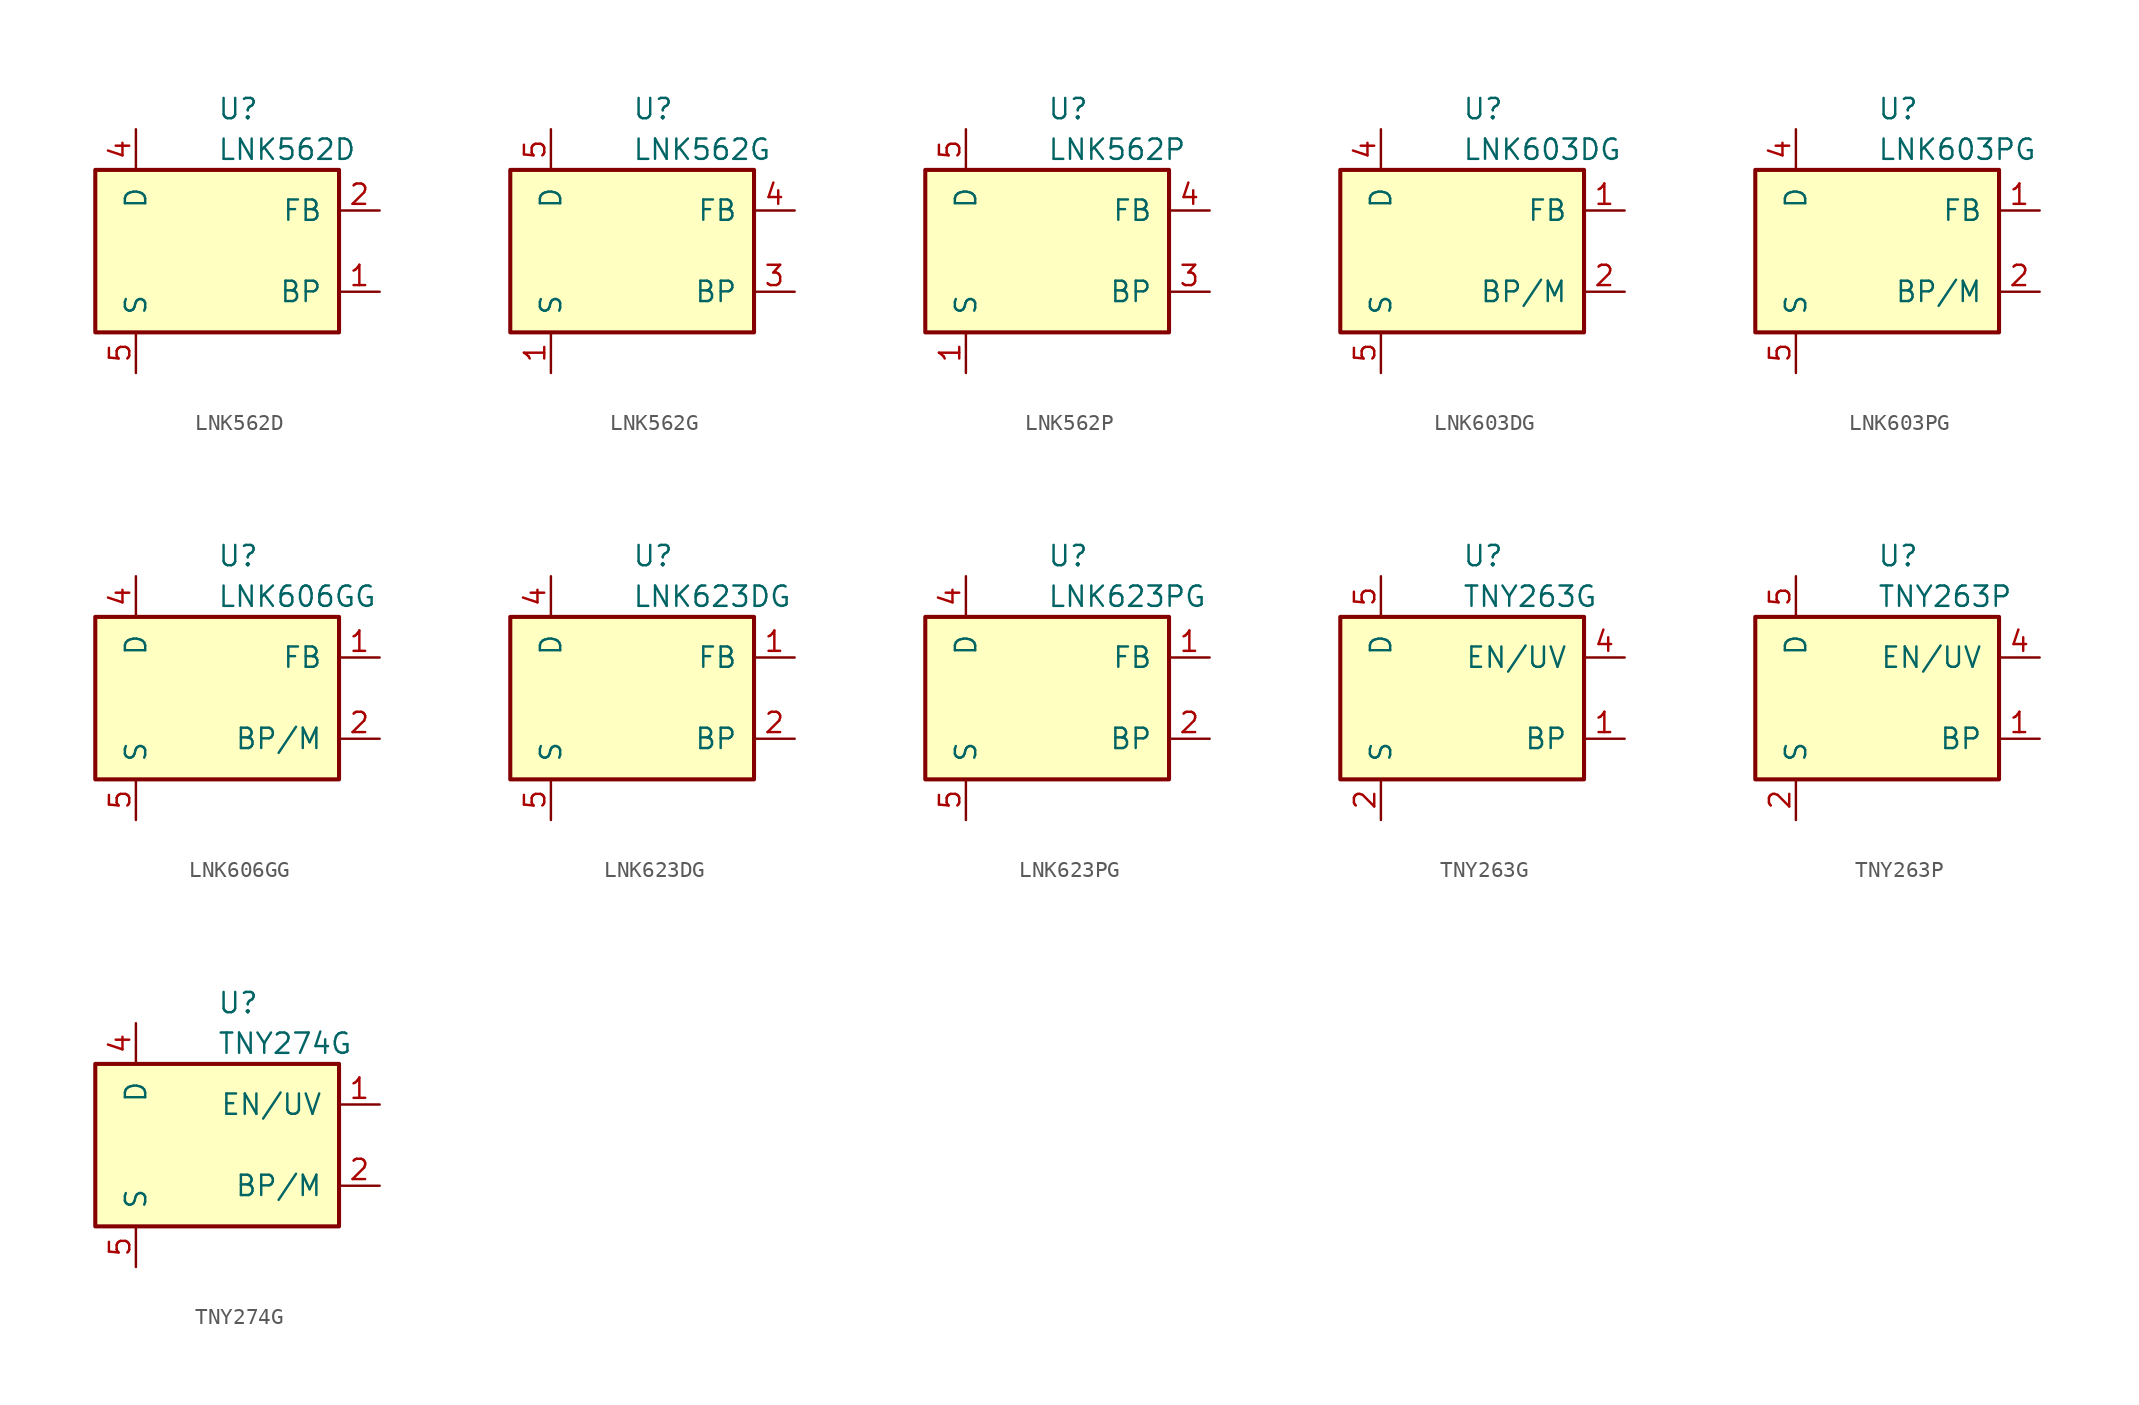
<source format=kicad_sym>
(kicad_symbol_lib
  (version 20211014)
  (generator kicad_symbol_editor)
  (symbol "LNK562D"
    (pin_names
      (offset 1.016))
    (property "Reference" "U"
      (at 0 8.89 0)
      (effects (font (size 1.27 1.27)) (justify left)))
    (property "Value" "LNK562D"
      (at 0 6.35 0)
      (effects (font (size 1.27 1.27)) (justify left)))
    (symbol "LNK562D_0_1"
      (rectangle (start -7.62 5.08) (end 7.62 -5.08) (stroke (width 0.254) (type default) (color 0 0 0 0)) (fill (type background))))
    (symbol "LNK562D_1_1"
      (pin input line (at 10.16 -2.54 180) (length 2.54) (name "BP" (effects (font (size 1.27 1.27)))) (number "1" (effects (font (size 1.27 1.27)))))
      (pin input line (at 10.16 2.54 180) (length 2.54) (name "FB" (effects (font (size 1.27 1.27)))) (number "2" (effects (font (size 1.27 1.27)))))
      (pin open_collector line (at -5.08 7.62 270) (length 2.54) (name "D" (effects (font (size 1.27 1.27)))) (number "4" (effects (font (size 1.27 1.27)))))
      (pin open_emitter line (at -5.08 -7.62 90) (length 2.54) (name "S" (effects (font (size 1.27 1.27)))) (number "5" (effects (font (size 1.27 1.27)))))
      (pin open_emitter line (at -5.08 -7.62 90) (length 2.54) hide (name "S" (effects (font (size 1.27 1.27)))) (number "6" (effects (font (size 1.27 1.27)))))
      (pin open_emitter line (at -5.08 -7.62 90) (length 2.54) hide (name "S" (effects (font (size 1.27 1.27)))) (number "7" (effects (font (size 1.27 1.27)))))
      (pin open_emitter line (at -5.08 -7.62 90) (length 2.54) hide (name "S" (effects (font (size 1.27 1.27)))) (number "8" (effects (font (size 1.27 1.27)))))))
  (symbol "LNK562G"
    (pin_names
      (offset 1.016))
    (property "Reference" "U"
      (at 0 8.89 0)
      (effects (font (size 1.27 1.27)) (justify left)))
    (property "Value" "LNK562G"
      (at 0 6.35 0)
      (effects (font (size 1.27 1.27)) (justify left)))
    (symbol "LNK562G_0_1"
      (rectangle (start -7.62 5.08) (end 7.62 -5.08) (stroke (width 0.254) (type default) (color 0 0 0 0)) (fill (type background))))
    (symbol "LNK562G_1_1"
      (pin open_emitter line (at -5.08 -7.62 90) (length 2.54) (name "S" (effects (font (size 1.27 1.27)))) (number "1" (effects (font (size 1.27 1.27)))))
      (pin open_emitter line (at -5.08 -7.62 90) (length 2.54) hide (name "S" (effects (font (size 1.27 1.27)))) (number "2" (effects (font (size 1.27 1.27)))))
      (pin input line (at 10.16 -2.54 180) (length 2.54) (name "BP" (effects (font (size 1.27 1.27)))) (number "3" (effects (font (size 1.27 1.27)))))
      (pin input line (at 10.16 2.54 180) (length 2.54) (name "FB" (effects (font (size 1.27 1.27)))) (number "4" (effects (font (size 1.27 1.27)))))
      (pin open_collector line (at -5.08 7.62 270) (length 2.54) (name "D" (effects (font (size 1.27 1.27)))) (number "5" (effects (font (size 1.27 1.27)))))
      (pin open_emitter line (at -5.08 -7.62 90) (length 2.54) hide (name "S" (effects (font (size 1.27 1.27)))) (number "7" (effects (font (size 1.27 1.27)))))
      (pin open_emitter line (at -5.08 -7.62 90) (length 2.54) hide (name "S" (effects (font (size 1.27 1.27)))) (number "8" (effects (font (size 1.27 1.27)))))))
  (symbol "LNK562P"
    (pin_names
      (offset 1.016))
    (property "Reference" "U"
      (at 0 8.89 0)
      (effects (font (size 1.27 1.27)) (justify left)))
    (property "Value" "LNK562P"
      (at 0 6.35 0)
      (effects (font (size 1.27 1.27)) (justify left)))
    (symbol "LNK562P_0_1"
      (rectangle (start -7.62 5.08) (end 7.62 -5.08) (stroke (width 0.254) (type default) (color 0 0 0 0)) (fill (type background))))
    (symbol "LNK562P_1_1"
      (pin open_emitter line (at -5.08 -7.62 90) (length 2.54) (name "S" (effects (font (size 1.27 1.27)))) (number "1" (effects (font (size 1.27 1.27)))))
      (pin open_emitter line (at -5.08 -7.62 90) (length 2.54) hide (name "S" (effects (font (size 1.27 1.27)))) (number "2" (effects (font (size 1.27 1.27)))))
      (pin input line (at 10.16 -2.54 180) (length 2.54) (name "BP" (effects (font (size 1.27 1.27)))) (number "3" (effects (font (size 1.27 1.27)))))
      (pin input line (at 10.16 2.54 180) (length 2.54) (name "FB" (effects (font (size 1.27 1.27)))) (number "4" (effects (font (size 1.27 1.27)))))
      (pin open_collector line (at -5.08 7.62 270) (length 2.54) (name "D" (effects (font (size 1.27 1.27)))) (number "5" (effects (font (size 1.27 1.27)))))
      (pin open_emitter line (at -5.08 -7.62 90) (length 2.54) hide (name "S" (effects (font (size 1.27 1.27)))) (number "7" (effects (font (size 1.27 1.27)))))
      (pin open_emitter line (at -5.08 -7.62 90) (length 2.54) hide (name "S" (effects (font (size 1.27 1.27)))) (number "8" (effects (font (size 1.27 1.27)))))))
  (symbol "LNK603DG"
    (pin_names
      (offset 1.016))
    (property "Reference" "U"
      (at 0 8.89 0)
      (effects (font (size 1.27 1.27)) (justify left)))
    (property "Value" "LNK603DG"
      (at 0 6.35 0)
      (effects (font (size 1.27 1.27)) (justify left)))
    (symbol "LNK603DG_0_1"
      (rectangle (start -7.62 5.08) (end 7.62 -5.08) (stroke (width 0.254) (type default) (color 0 0 0 0)) (fill (type background))))
    (symbol "LNK603DG_1_1"
      (pin input line (at 10.16 2.54 180) (length 2.54) (name "FB" (effects (font (size 1.27 1.27)))) (number "1" (effects (font (size 1.27 1.27)))))
      (pin input line (at 10.16 -2.54 180) (length 2.54) (name "BP/M" (effects (font (size 1.27 1.27)))) (number "2" (effects (font (size 1.27 1.27)))))
      (pin open_collector line (at -5.08 7.62 270) (length 2.54) (name "D" (effects (font (size 1.27 1.27)))) (number "4" (effects (font (size 1.27 1.27)))))
      (pin open_emitter line (at -5.08 -7.62 90) (length 2.54) (name "S" (effects (font (size 1.27 1.27)))) (number "5" (effects (font (size 1.27 1.27)))))
      (pin open_emitter line (at -5.08 -7.62 90) (length 2.54) hide (name "S" (effects (font (size 1.27 1.27)))) (number "6" (effects (font (size 1.27 1.27)))))
      (pin open_emitter line (at -5.08 -7.62 90) (length 2.54) hide (name "S" (effects (font (size 1.27 1.27)))) (number "7" (effects (font (size 1.27 1.27)))))
      (pin open_emitter line (at -5.08 -7.62 90) (length 2.54) hide (name "S" (effects (font (size 1.27 1.27)))) (number "8" (effects (font (size 1.27 1.27)))))))
  (symbol "LNK603PG"
    (pin_names
      (offset 1.016))
    (property "Reference" "U"
      (at 0 8.89 0)
      (effects (font (size 1.27 1.27)) (justify left)))
    (property "Value" "LNK603PG"
      (at 0 6.35 0)
      (effects (font (size 1.27 1.27)) (justify left)))
    (symbol "LNK603PG_0_1"
      (rectangle (start -7.62 5.08) (end 7.62 -5.08) (stroke (width 0.254) (type default) (color 0 0 0 0)) (fill (type background))))
    (symbol "LNK603PG_1_1"
      (pin input line (at 10.16 2.54 180) (length 2.54) (name "FB" (effects (font (size 1.27 1.27)))) (number "1" (effects (font (size 1.27 1.27)))))
      (pin input line (at 10.16 -2.54 180) (length 2.54) (name "BP/M" (effects (font (size 1.27 1.27)))) (number "2" (effects (font (size 1.27 1.27)))))
      (pin open_collector line (at -5.08 7.62 270) (length 2.54) (name "D" (effects (font (size 1.27 1.27)))) (number "4" (effects (font (size 1.27 1.27)))))
      (pin open_emitter line (at -5.08 -7.62 90) (length 2.54) (name "S" (effects (font (size 1.27 1.27)))) (number "5" (effects (font (size 1.27 1.27)))))
      (pin open_emitter line (at -5.08 -7.62 90) (length 2.54) hide (name "S" (effects (font (size 1.27 1.27)))) (number "6" (effects (font (size 1.27 1.27)))))
      (pin open_emitter line (at -5.08 -7.62 90) (length 2.54) hide (name "S" (effects (font (size 1.27 1.27)))) (number "7" (effects (font (size 1.27 1.27)))))
      (pin open_emitter line (at -5.08 -7.62 90) (length 2.54) hide (name "S" (effects (font (size 1.27 1.27)))) (number "8" (effects (font (size 1.27 1.27)))))))
  (symbol "LNK606GG"
    (pin_names
      (offset 1.016))
    (property "Reference" "U"
      (at 0 8.89 0)
      (effects (font (size 1.27 1.27)) (justify left)))
    (property "Value" "LNK606GG"
      (at 0 6.35 0)
      (effects (font (size 1.27 1.27)) (justify left)))
    (symbol "LNK606GG_0_1"
      (rectangle (start -7.62 5.08) (end 7.62 -5.08) (stroke (width 0.254) (type default) (color 0 0 0 0)) (fill (type background))))
    (symbol "LNK606GG_1_1"
      (pin input line (at 10.16 2.54 180) (length 2.54) (name "FB" (effects (font (size 1.27 1.27)))) (number "1" (effects (font (size 1.27 1.27)))))
      (pin input line (at 10.16 -2.54 180) (length 2.54) (name "BP/M" (effects (font (size 1.27 1.27)))) (number "2" (effects (font (size 1.27 1.27)))))
      (pin open_collector line (at -5.08 7.62 270) (length 2.54) (name "D" (effects (font (size 1.27 1.27)))) (number "4" (effects (font (size 1.27 1.27)))))
      (pin open_emitter line (at -5.08 -7.62 90) (length 2.54) (name "S" (effects (font (size 1.27 1.27)))) (number "5" (effects (font (size 1.27 1.27)))))
      (pin open_emitter line (at -5.08 -7.62 90) (length 2.54) hide (name "S" (effects (font (size 1.27 1.27)))) (number "6" (effects (font (size 1.27 1.27)))))
      (pin open_emitter line (at -5.08 -7.62 90) (length 2.54) hide (name "S" (effects (font (size 1.27 1.27)))) (number "7" (effects (font (size 1.27 1.27)))))
      (pin open_emitter line (at -5.08 -7.62 90) (length 2.54) hide (name "S" (effects (font (size 1.27 1.27)))) (number "8" (effects (font (size 1.27 1.27)))))))
  (symbol "LNK623DG"
    (pin_names
      (offset 1.016))
    (property "Reference" "U"
      (at 0 8.89 0)
      (effects (font (size 1.27 1.27)) (justify left)))
    (property "Value" "LNK623DG"
      (at 0 6.35 0)
      (effects (font (size 1.27 1.27)) (justify left)))
    (symbol "LNK623DG_0_1"
      (rectangle (start -7.62 5.08) (end 7.62 -5.08) (stroke (width 0.254) (type default) (color 0 0 0 0)) (fill (type background))))
    (symbol "LNK623DG_1_1"
      (pin input line (at 10.16 2.54 180) (length 2.54) (name "FB" (effects (font (size 1.27 1.27)))) (number "1" (effects (font (size 1.27 1.27)))))
      (pin input line (at 10.16 -2.54 180) (length 2.54) (name "BP" (effects (font (size 1.27 1.27)))) (number "2" (effects (font (size 1.27 1.27)))))
      (pin open_collector line (at -5.08 7.62 270) (length 2.54) (name "D" (effects (font (size 1.27 1.27)))) (number "4" (effects (font (size 1.27 1.27)))))
      (pin open_emitter line (at -5.08 -7.62 90) (length 2.54) (name "S" (effects (font (size 1.27 1.27)))) (number "5" (effects (font (size 1.27 1.27)))))
      (pin open_emitter line (at -5.08 -7.62 90) (length 2.54) hide (name "S" (effects (font (size 1.27 1.27)))) (number "6" (effects (font (size 1.27 1.27)))))
      (pin open_emitter line (at -5.08 -7.62 90) (length 2.54) hide (name "S" (effects (font (size 1.27 1.27)))) (number "7" (effects (font (size 1.27 1.27)))))
      (pin open_emitter line (at -5.08 -7.62 90) (length 2.54) hide (name "S" (effects (font (size 1.27 1.27)))) (number "8" (effects (font (size 1.27 1.27)))))))
  (symbol "LNK623PG"
    (pin_names
      (offset 1.016))
    (property "Reference" "U"
      (at 0 8.89 0)
      (effects (font (size 1.27 1.27)) (justify left)))
    (property "Value" "LNK623PG"
      (at 0 6.35 0)
      (effects (font (size 1.27 1.27)) (justify left)))
    (symbol "LNK623PG_0_1"
      (rectangle (start -7.62 5.08) (end 7.62 -5.08) (stroke (width 0.254) (type default) (color 0 0 0 0)) (fill (type background))))
    (symbol "LNK623PG_1_1"
      (pin input line (at 10.16 2.54 180) (length 2.54) (name "FB" (effects (font (size 1.27 1.27)))) (number "1" (effects (font (size 1.27 1.27)))))
      (pin input line (at 10.16 -2.54 180) (length 2.54) (name "BP" (effects (font (size 1.27 1.27)))) (number "2" (effects (font (size 1.27 1.27)))))
      (pin open_collector line (at -5.08 7.62 270) (length 2.54) (name "D" (effects (font (size 1.27 1.27)))) (number "4" (effects (font (size 1.27 1.27)))))
      (pin open_emitter line (at -5.08 -7.62 90) (length 2.54) (name "S" (effects (font (size 1.27 1.27)))) (number "5" (effects (font (size 1.27 1.27)))))
      (pin open_emitter line (at -5.08 -7.62 90) (length 2.54) hide (name "S" (effects (font (size 1.27 1.27)))) (number "6" (effects (font (size 1.27 1.27)))))
      (pin open_emitter line (at -5.08 -7.62 90) (length 2.54) hide (name "S" (effects (font (size 1.27 1.27)))) (number "7" (effects (font (size 1.27 1.27)))))
      (pin open_emitter line (at -5.08 -7.62 90) (length 2.54) hide (name "S" (effects (font (size 1.27 1.27)))) (number "8" (effects (font (size 1.27 1.27)))))))
  (symbol "TNY263G"
    (pin_names
      (offset 1.016))
    (property "Reference" "U"
      (at 0 8.89 0)
      (effects (font (size 1.27 1.27)) (justify left)))
    (property "Value" "TNY263G"
      (at 0 6.35 0)
      (effects (font (size 1.27 1.27)) (justify left)))
    (symbol "TNY263G_0_1"
      (rectangle (start -7.62 5.08) (end 7.62 -5.08) (stroke (width 0.254) (type default) (color 0 0 0 0)) (fill (type background))))
    (symbol "TNY263G_1_1"
      (pin input line (at 10.16 -2.54 180) (length 2.54) (name "BP" (effects (font (size 1.27 1.27)))) (number "1" (effects (font (size 1.27 1.27)))))
      (pin open_emitter line (at -5.08 -7.62 90) (length 2.54) (name "S" (effects (font (size 1.27 1.27)))) (number "2" (effects (font (size 1.27 1.27)))))
      (pin open_emitter line (at -5.08 -7.62 90) (length 2.54) hide (name "S" (effects (font (size 1.27 1.27)))) (number "3" (effects (font (size 1.27 1.27)))))
      (pin input line (at 10.16 2.54 180) (length 2.54) (name "EN/UV" (effects (font (size 1.27 1.27)))) (number "4" (effects (font (size 1.27 1.27)))))
      (pin open_collector line (at -5.08 7.62 270) (length 2.54) (name "D" (effects (font (size 1.27 1.27)))) (number "5" (effects (font (size 1.27 1.27)))))
      (pin open_emitter line (at -5.08 -7.62 90) (length 2.54) hide (name "S" (effects (font (size 1.27 1.27)))) (number "7" (effects (font (size 1.27 1.27)))))
      (pin open_emitter line (at -5.08 -7.62 90) (length 2.54) hide (name "S" (effects (font (size 1.27 1.27)))) (number "8" (effects (font (size 1.27 1.27)))))))
  (symbol "TNY263P"
    (pin_names
      (offset 1.016))
    (property "Reference" "U"
      (at 0 8.89 0)
      (effects (font (size 1.27 1.27)) (justify left)))
    (property "Value" "TNY263P"
      (at 0 6.35 0)
      (effects (font (size 1.27 1.27)) (justify left)))
    (symbol "TNY263P_0_1"
      (rectangle (start -7.62 5.08) (end 7.62 -5.08) (stroke (width 0.254) (type default) (color 0 0 0 0)) (fill (type background))))
    (symbol "TNY263P_1_1"
      (pin input line (at 10.16 -2.54 180) (length 2.54) (name "BP" (effects (font (size 1.27 1.27)))) (number "1" (effects (font (size 1.27 1.27)))))
      (pin open_emitter line (at -5.08 -7.62 90) (length 2.54) (name "S" (effects (font (size 1.27 1.27)))) (number "2" (effects (font (size 1.27 1.27)))))
      (pin open_emitter line (at -5.08 -7.62 90) (length 2.54) hide (name "S" (effects (font (size 1.27 1.27)))) (number "3" (effects (font (size 1.27 1.27)))))
      (pin input line (at 10.16 2.54 180) (length 2.54) (name "EN/UV" (effects (font (size 1.27 1.27)))) (number "4" (effects (font (size 1.27 1.27)))))
      (pin open_collector line (at -5.08 7.62 270) (length 2.54) (name "D" (effects (font (size 1.27 1.27)))) (number "5" (effects (font (size 1.27 1.27)))))
      (pin open_emitter line (at -5.08 -7.62 90) (length 2.54) hide (name "S" (effects (font (size 1.27 1.27)))) (number "7" (effects (font (size 1.27 1.27)))))
      (pin open_emitter line (at -5.08 -7.62 90) (length 2.54) hide (name "S" (effects (font (size 1.27 1.27)))) (number "8" (effects (font (size 1.27 1.27)))))))
  (symbol "TNY274G"
    (pin_names
      (offset 1.016))
    (property "Reference" "U"
      (at 0 8.89 0)
      (effects (font (size 1.27 1.27)) (justify left)))
    (property "Value" "TNY274G"
      (at 0 6.35 0)
      (effects (font (size 1.27 1.27)) (justify left)))
    (symbol "TNY274G_0_1"
      (rectangle (start -7.62 5.08) (end 7.62 -5.08) (stroke (width 0.254) (type default) (color 0 0 0 0)) (fill (type background))))
    (symbol "TNY274G_1_1"
      (pin input line (at 10.16 2.54 180) (length 2.54) (name "EN/UV" (effects (font (size 1.27 1.27)))) (number "1" (effects (font (size 1.27 1.27)))))
      (pin input line (at 10.16 -2.54 180) (length 2.54) (name "BP/M" (effects (font (size 1.27 1.27)))) (number "2" (effects (font (size 1.27 1.27)))))
      (pin open_collector line (at -5.08 7.62 270) (length 2.54) (name "D" (effects (font (size 1.27 1.27)))) (number "4" (effects (font (size 1.27 1.27)))))
      (pin open_emitter line (at -5.08 -7.62 90) (length 2.54) (name "S" (effects (font (size 1.27 1.27)))) (number "5" (effects (font (size 1.27 1.27)))))
      (pin open_emitter line (at -5.08 -7.62 90) (length 2.54) hide (name "S" (effects (font (size 1.27 1.27)))) (number "6" (effects (font (size 1.27 1.27)))))
      (pin open_emitter line (at -5.08 -7.62 90) (length 2.54) hide (name "S" (effects (font (size 1.27 1.27)))) (number "7" (effects (font (size 1.27 1.27)))))
      (pin open_emitter line (at -5.08 -7.62 90) (length 2.54) hide (name "S" (effects (font (size 1.27 1.27)))) (number "8" (effects (font (size 1.27 1.27))))))))
</source>
